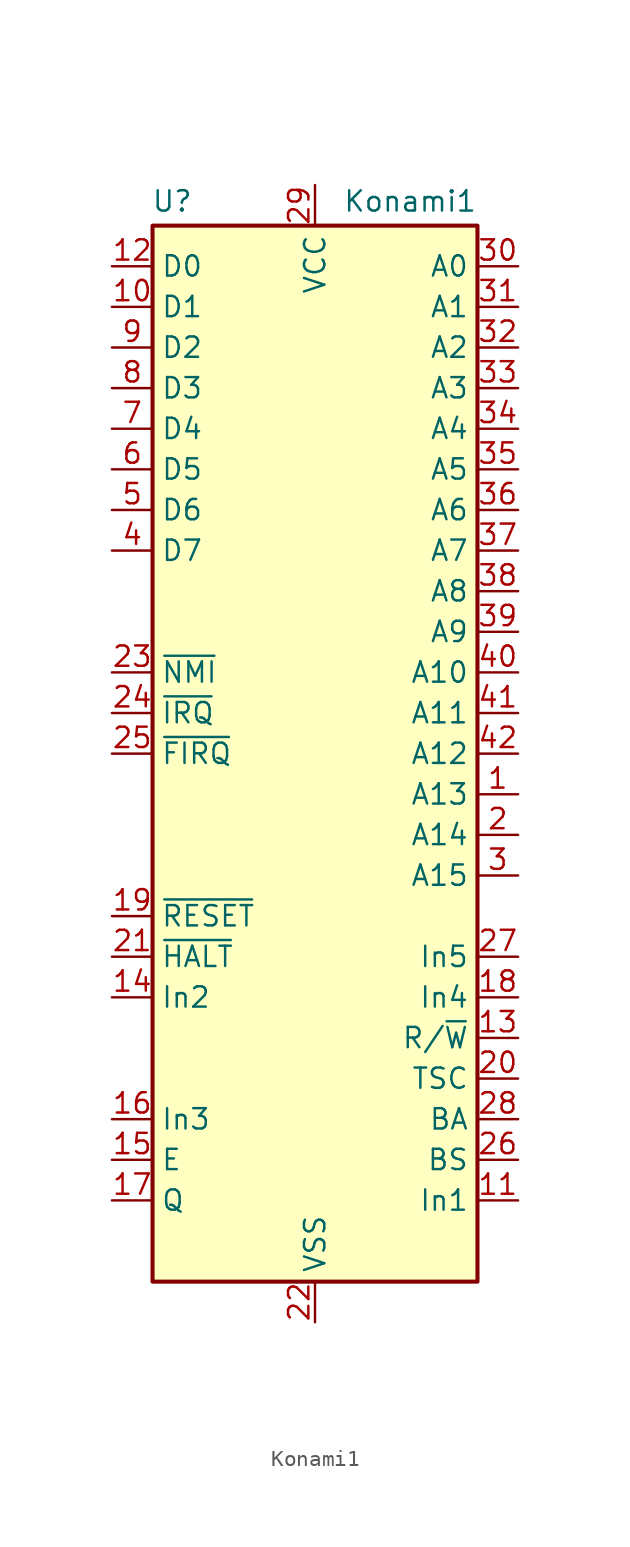
<source format=kicad_sym>
(kicad_symbol_lib
  (version 20241209)
  (generator "kicad_symbol_editor")
  (generator_version "9.0")
  (symbol "Konami1"
    (property "Reference" "U"
      (at -7.62 34.544 0)
      (effects (font (size 1.27 1.27)) (justify right)))
    (property "Value" "Konami1"
      (at 10.16 34.544 0)
      (effects (font (size 1.27 1.27)) (justify right)))
    (symbol "Konami1_0_1"
      (rectangle (start -10.16 33.02) (end 10.16 -33.02) (stroke (width 0.254) (type default)) (fill (type background))))
    (symbol "Konami1_1_0"
      (pin input line (at -12.7 -15.24 0) (length 2.54) (name "In2" (effects (font (size 1.27 1.27)))) (number "14" (effects (font (size 1.27 1.27)))))
      (pin input line (at -12.7 -22.86 0) (length 2.54) (name "In3" (effects (font (size 1.27 1.27)))) (number "16" (effects (font (size 1.27 1.27)))))
      (pin input line (at 12.7 -12.7 180) (length 2.54) (name "In5" (effects (font (size 1.27 1.27)))) (number "27" (effects (font (size 1.27 1.27)))))
      (pin input line (at 12.7 -15.24 180) (length 2.54) (name "In4" (effects (font (size 1.27 1.27)))) (number "18" (effects (font (size 1.27 1.27)))))
      (pin input line (at 12.7 -27.94 180) (length 2.54) (name "In1" (effects (font (size 1.27 1.27)))) (number "11" (effects (font (size 1.27 1.27))))))
    (symbol "Konami1_1_1"
      (pin bidirectional line (at -12.7 30.48 0) (length 2.54) (name "D0" (effects (font (size 1.27 1.27)))) (number "12" (effects (font (size 1.27 1.27)))))
      (pin bidirectional line (at -12.7 27.94 0) (length 2.54) (name "D1" (effects (font (size 1.27 1.27)))) (number "10" (effects (font (size 1.27 1.27)))))
      (pin bidirectional line (at -12.7 25.4 0) (length 2.54) (name "D2" (effects (font (size 1.27 1.27)))) (number "9" (effects (font (size 1.27 1.27)))))
      (pin bidirectional line (at -12.7 22.86 0) (length 2.54) (name "D3" (effects (font (size 1.27 1.27)))) (number "8" (effects (font (size 1.27 1.27)))))
      (pin bidirectional line (at -12.7 20.32 0) (length 2.54) (name "D4" (effects (font (size 1.27 1.27)))) (number "7" (effects (font (size 1.27 1.27)))))
      (pin bidirectional line (at -12.7 17.78 0) (length 2.54) (name "D5" (effects (font (size 1.27 1.27)))) (number "6" (effects (font (size 1.27 1.27)))))
      (pin bidirectional line (at -12.7 15.24 0) (length 2.54) (name "D6" (effects (font (size 1.27 1.27)))) (number "5" (effects (font (size 1.27 1.27)))))
      (pin bidirectional line (at -12.7 12.7 0) (length 2.54) (name "D7" (effects (font (size 1.27 1.27)))) (number "4" (effects (font (size 1.27 1.27)))))
      (pin input line (at -12.7 5.08 0) (length 2.54) (name "~{NMI}" (effects (font (size 1.27 1.27)))) (number "23" (effects (font (size 1.27 1.27)))))
      (pin input line (at -12.7 2.54 0) (length 2.54) (name "~{IRQ}" (effects (font (size 1.27 1.27)))) (number "24" (effects (font (size 1.27 1.27)))))
      (pin input line (at -12.7 0 0) (length 2.54) (name "~{FIRQ}" (effects (font (size 1.27 1.27)))) (number "25" (effects (font (size 1.27 1.27)))))
      (pin input line (at -12.7 -10.16 0) (length 2.54) (name "~{RESET}" (effects (font (size 1.27 1.27)))) (number "19" (effects (font (size 1.27 1.27)))))
      (pin input line (at -12.7 -12.7 0) (length 2.54) (name "~{HALT}" (effects (font (size 1.27 1.27)))) (number "21" (effects (font (size 1.27 1.27)))))
      (pin input line (at -12.7 -25.4 0) (length 2.54) (name "E" (effects (font (size 1.27 1.27)))) (number "15" (effects (font (size 1.27 1.27)))))
      (pin input line (at -12.7 -27.94 0) (length 2.54) (name "Q" (effects (font (size 1.27 1.27)))) (number "17" (effects (font (size 1.27 1.27)))))
      (pin power_in line (at 0 35.56 270) (length 2.54) (name "VCC" (effects (font (size 1.27 1.27)))) (number "29" (effects (font (size 1.27 1.27)))))
      (pin power_in line (at 0 -35.56 90) (length 2.54) (name "VSS" (effects (font (size 1.27 1.27)))) (number "22" (effects (font (size 1.27 1.27)))))
      (pin output line (at 12.7 30.48 180) (length 2.54) (name "A0" (effects (font (size 1.27 1.27)))) (number "30" (effects (font (size 1.27 1.27)))))
      (pin output line (at 12.7 27.94 180) (length 2.54) (name "A1" (effects (font (size 1.27 1.27)))) (number "31" (effects (font (size 1.27 1.27)))))
      (pin output line (at 12.7 25.4 180) (length 2.54) (name "A2" (effects (font (size 1.27 1.27)))) (number "32" (effects (font (size 1.27 1.27)))))
      (pin output line (at 12.7 22.86 180) (length 2.54) (name "A3" (effects (font (size 1.27 1.27)))) (number "33" (effects (font (size 1.27 1.27)))))
      (pin output line (at 12.7 20.32 180) (length 2.54) (name "A4" (effects (font (size 1.27 1.27)))) (number "34" (effects (font (size 1.27 1.27)))))
      (pin output line (at 12.7 17.78 180) (length 2.54) (name "A5" (effects (font (size 1.27 1.27)))) (number "35" (effects (font (size 1.27 1.27)))))
      (pin output line (at 12.7 15.24 180) (length 2.54) (name "A6" (effects (font (size 1.27 1.27)))) (number "36" (effects (font (size 1.27 1.27)))))
      (pin output line (at 12.7 12.7 180) (length 2.54) (name "A7" (effects (font (size 1.27 1.27)))) (number "37" (effects (font (size 1.27 1.27)))))
      (pin output line (at 12.7 10.16 180) (length 2.54) (name "A8" (effects (font (size 1.27 1.27)))) (number "38" (effects (font (size 1.27 1.27)))))
      (pin output line (at 12.7 7.62 180) (length 2.54) (name "A9" (effects (font (size 1.27 1.27)))) (number "39" (effects (font (size 1.27 1.27)))))
      (pin output line (at 12.7 5.08 180) (length 2.54) (name "A10" (effects (font (size 1.27 1.27)))) (number "40" (effects (font (size 1.27 1.27)))))
      (pin output line (at 12.7 2.54 180) (length 2.54) (name "A11" (effects (font (size 1.27 1.27)))) (number "41" (effects (font (size 1.27 1.27)))))
      (pin output line (at 12.7 0 180) (length 2.54) (name "A12" (effects (font (size 1.27 1.27)))) (number "42" (effects (font (size 1.27 1.27)))))
      (pin output line (at 12.7 -2.54 180) (length 2.54) (name "A13" (effects (font (size 1.27 1.27)))) (number "1" (effects (font (size 1.27 1.27)))))
      (pin output line (at 12.7 -5.08 180) (length 2.54) (name "A14" (effects (font (size 1.27 1.27)))) (number "2" (effects (font (size 1.27 1.27)))))
      (pin output line (at 12.7 -7.62 180) (length 2.54) (name "A15" (effects (font (size 1.27 1.27)))) (number "3" (effects (font (size 1.27 1.27)))))
      (pin output line (at 12.7 -17.78 180) (length 2.54) (name "R/~{W}" (effects (font (size 1.27 1.27)))) (number "13" (effects (font (size 1.27 1.27)))))
      (pin input line (at 12.7 -20.32 180) (length 2.54) (name "TSC" (effects (font (size 1.27 1.27)))) (number "20" (effects (font (size 1.27 1.27)))))
      (pin output line (at 12.7 -22.86 180) (length 2.54) (name "BA" (effects (font (size 1.27 1.27)))) (number "28" (effects (font (size 1.27 1.27)))))
      (pin output line (at 12.7 -25.4 180) (length 2.54) (name "BS" (effects (font (size 1.27 1.27)))) (number "26" (effects (font (size 1.27 1.27))))))))
</source>
